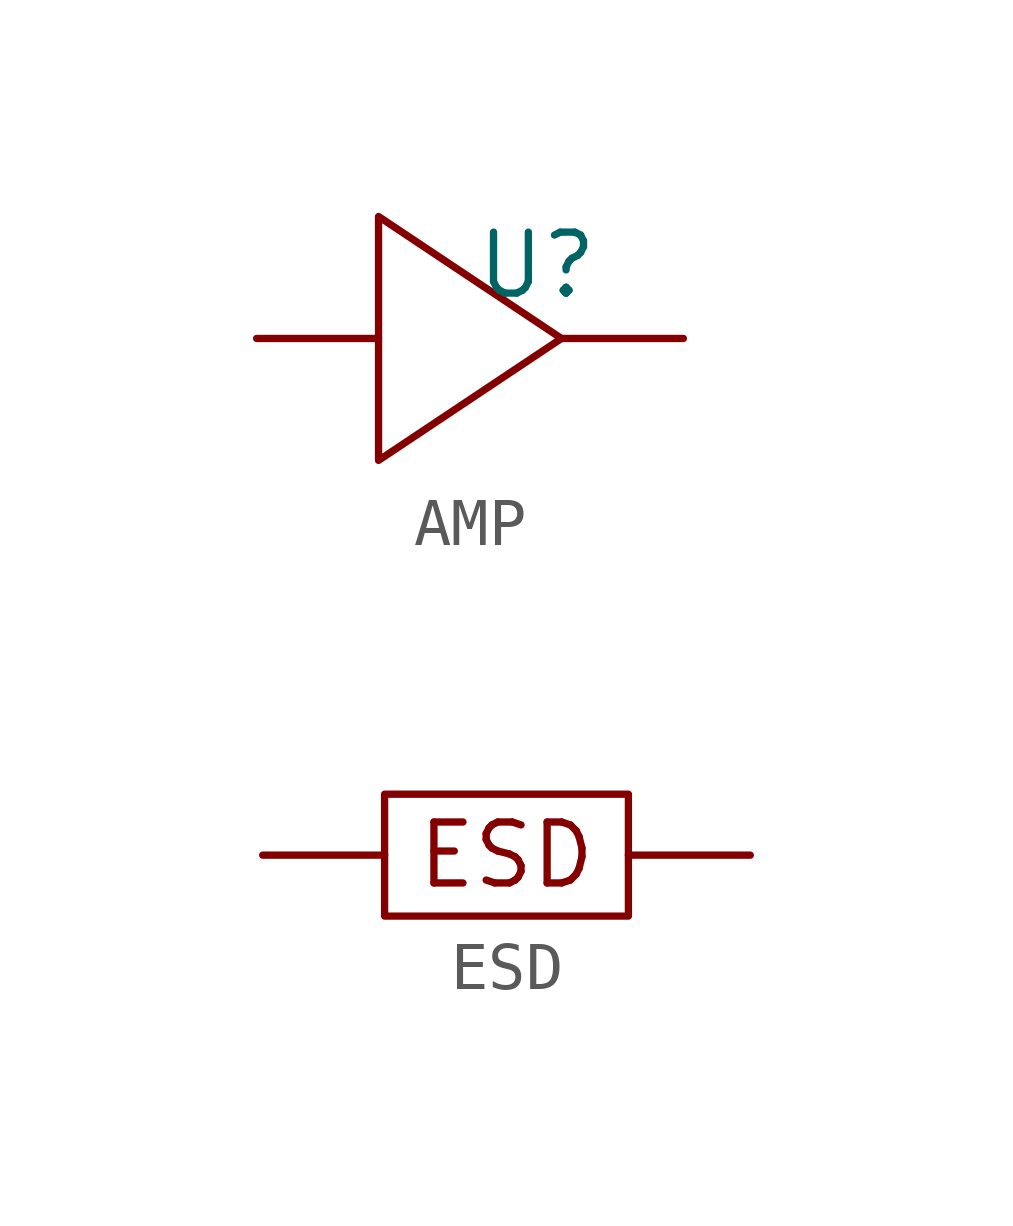
<source format=kicad_sym>
(kicad_symbol_lib
  (version 20241209)
  (generator "kicad_symbol_editor")
  (generator_version "9.0")
  (symbol "AMP"
    (pin_numbers
      (hide yes))
    (pin_names
      (hide yes))
    (property "Reference" "U"
      (at 2.032 1.524 0)
      (effects (font (size 1.27 1.27))))
    (property "Value" ""
      (at 0 0 0)
      (effects (font (size 1.27 1.27))))
    (property "ki_locked" ""
      (at 0 0 0)
      (effects (font (size 1.27 1.27))))
    (symbol "AMP_1_1"
      (polyline (pts (xy -1.27 2.54) (xy -1.27 -2.54) (xy 2.54 0) (xy -1.27 2.54)) (stroke (width 0) (type default)) (fill (type none)))
      (pin input line (at -3.81 0 0) (length 2.54) (name "1" (effects (font (size 1.27 1.27)))) (number "1" (effects (font (size 1.27 1.27)))))
      (pin input line (at 5.08 0 180) (length 2.54) (name "2" (effects (font (size 1.27 1.27)))) (number "2" (effects (font (size 1.27 1.27)))))))
  (symbol "ESD"
    (pin_numbers
      (hide yes))
    (pin_names
      (offset 0.254)
      (hide yes))
    (property "Reference" "U"
      (at 0 2.286 0)
      (effects (font (size 1.27 1.27)) (hide yes)))
    (property "ki_locked" ""
      (at 0 0 0)
      (effects (font (size 1.27 1.27))))
    (symbol "ESD_1_1"
      (polyline (pts (xy -2.54 1.27) (xy 2.54 1.27) (xy 2.54 -1.27) (xy -2.54 -1.27) (xy -2.54 1.27)) (stroke (width 0) (type default)) (fill (type none)))
      (text "ESD" (at 0 0 0) (effects (font (size 1.27 1.27))))
      (pin input line (at -5.08 0 0) (length 2.54) (name "1" (effects (font (size 1.27 1.27)))) (number "1" (effects (font (size 1.27 1.27)))))
      (pin input line (at 5.08 0 180) (length 2.54) (name "2" (effects (font (size 1.27 1.27)))) (number "2" (effects (font (size 1.27 1.27))))))))
</source>
